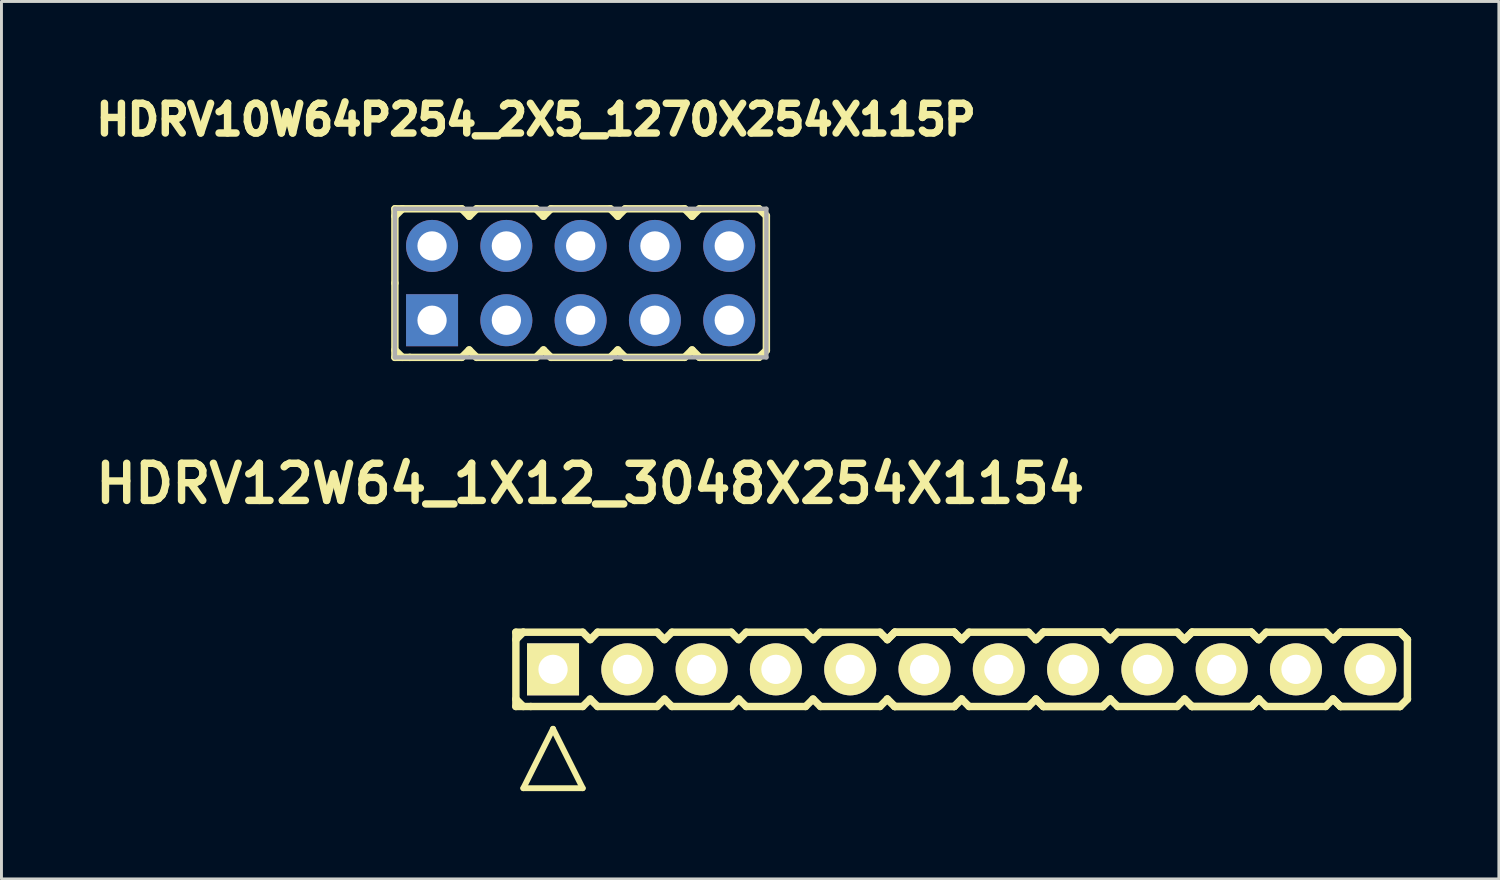
<source format=kicad_pcb>
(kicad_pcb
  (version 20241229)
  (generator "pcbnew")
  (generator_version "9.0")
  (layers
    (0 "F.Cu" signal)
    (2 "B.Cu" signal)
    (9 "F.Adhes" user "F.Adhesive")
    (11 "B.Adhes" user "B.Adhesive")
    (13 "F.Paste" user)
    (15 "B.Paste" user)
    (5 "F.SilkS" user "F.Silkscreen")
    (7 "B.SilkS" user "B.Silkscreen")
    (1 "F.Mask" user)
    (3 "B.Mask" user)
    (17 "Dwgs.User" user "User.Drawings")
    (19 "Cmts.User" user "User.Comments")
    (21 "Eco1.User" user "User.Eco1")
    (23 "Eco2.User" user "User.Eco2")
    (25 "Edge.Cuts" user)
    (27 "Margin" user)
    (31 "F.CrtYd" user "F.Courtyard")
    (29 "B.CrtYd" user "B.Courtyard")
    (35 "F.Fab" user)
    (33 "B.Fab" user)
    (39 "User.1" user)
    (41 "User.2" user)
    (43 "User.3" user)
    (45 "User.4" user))
  (footprint "HDRV10W64P254_2X5_1270X254X115P"
    (layer "F.Cu")
    (at 16.801 6.628)
    (property "Reference" "HDRV10W64P254_2X5_1270X254X115P" (at -1.524 -5.588 0) (layer "F.SilkS") (effects (font (size 1.016 1.016) (thickness 0.254))))
    (attr smd)
    (fp_line (start -6.35 -2.54) (end -6.35 0) (stroke (width 0.254) (type solid)) (layer "F.SilkS"))
    (fp_line (start -6.35 -2.54) (end -6.096 -2.54) (stroke (width 0.254) (type solid)) (layer "F.SilkS"))
    (fp_line (start -6.35 -2.286) (end -6.096 -2.54) (stroke (width 0.254) (type solid)) (layer "F.SilkS"))
    (fp_line (start -6.35 0) (end -6.35 2.54) (stroke (width 0.254) (type solid)) (layer "F.SilkS"))
    (fp_line (start -6.096 -2.54) (end -4.064 -2.54) (stroke (width 0.254) (type solid)) (layer "F.SilkS"))
    (fp_line (start -6.096 2.54) (end -6.35 2.286) (stroke (width 0.254) (type solid)) (layer "F.SilkS"))
    (fp_line (start -5.842 2.54) (end -6.35 2.54) (stroke (width 0.254) (type solid)) (layer "F.SilkS"))
    (fp_line (start -4.064 -2.54) (end -3.81 -2.286) (stroke (width 0.254) (type solid)) (layer "F.SilkS"))
    (fp_line (start -4.064 2.54) (end -5.842 2.54) (stroke (width 0.254) (type solid)) (layer "F.SilkS"))
    (fp_line (start -3.81 -2.286) (end -3.556 -2.54) (stroke (width 0.254) (type solid)) (layer "F.SilkS"))
    (fp_line (start -3.81 2.286) (end -4.064 2.54) (stroke (width 0.254) (type solid)) (layer "F.SilkS"))
    (fp_line (start -3.556 -2.54) (end -1.524 -2.54) (stroke (width 0.254) (type solid)) (layer "F.SilkS"))
    (fp_line (start -3.556 2.54) (end -3.81 2.286) (stroke (width 0.254) (type solid)) (layer "F.SilkS"))
    (fp_line (start -1.524 -2.54) (end -1.27 -2.286) (stroke (width 0.254) (type solid)) (layer "F.SilkS"))
    (fp_line (start -1.524 2.54) (end -3.556 2.54) (stroke (width 0.254) (type solid)) (layer "F.SilkS"))
    (fp_line (start -1.524 2.54) (end -1.27 2.286) (stroke (width 0.254) (type solid)) (layer "F.SilkS"))
    (fp_line (start -1.27 -2.286) (end -1.016 -2.54) (stroke (width 0.254) (type solid)) (layer "F.SilkS"))
    (fp_line (start -1.27 2.286) (end -1.016 2.54) (stroke (width 0.254) (type solid)) (layer "F.SilkS"))
    (fp_line (start -1.016 -2.54) (end 1.016 -2.54) (stroke (width 0.254) (type solid)) (layer "F.SilkS"))
    (fp_line (start 1.016 -2.54) (end 1.27 -2.286) (stroke (width 0.254) (type solid)) (layer "F.SilkS"))
    (fp_line (start 1.016 2.54) (end -1.016 2.54) (stroke (width 0.254) (type solid)) (layer "F.SilkS"))
    (fp_line (start 1.27 -2.286) (end 1.524 -2.54) (stroke (width 0.254) (type solid)) (layer "F.SilkS"))
    (fp_line (start 1.27 2.286) (end 1.016 2.54) (stroke (width 0.254) (type solid)) (layer "F.SilkS"))
    (fp_line (start 1.524 -2.54) (end 3.556 -2.54) (stroke (width 0.254) (type solid)) (layer "F.SilkS"))
    (fp_line (start 1.524 2.54) (end 1.27 2.286) (stroke (width 0.254) (type solid)) (layer "F.SilkS"))
    (fp_line (start 3.556 -2.54) (end 3.81 -2.286) (stroke (width 0.254) (type solid)) (layer "F.SilkS"))
    (fp_line (start 3.556 2.54) (end 1.524 2.54) (stroke (width 0.254) (type solid)) (layer "F.SilkS"))
    (fp_line (start 3.81 -2.286) (end 4.064 -2.54) (stroke (width 0.254) (type solid)) (layer "F.SilkS"))
    (fp_line (start 3.81 2.286) (end 3.556 2.54) (stroke (width 0.254) (type solid)) (layer "F.SilkS"))
    (fp_line (start 4.064 -2.54) (end 6.096 -2.54) (stroke (width 0.254) (type solid)) (layer "F.SilkS"))
    (fp_line (start 4.064 2.54) (end 3.81 2.286) (stroke (width 0.254) (type solid)) (layer "F.SilkS"))
    (fp_line (start 6.096 -2.54) (end 6.35 -2.3) (stroke (width 0.254) (type solid)) (layer "F.SilkS"))
    (fp_line (start 6.096 2.54) (end 4.064 2.54) (stroke (width 0.254) (type solid)) (layer "F.SilkS"))
    (fp_line (start 6.35 -2.3) (end 6.35 2.3) (stroke (width 0.254) (type solid)) (layer "F.SilkS"))
    (fp_line (start 6.35 2.3) (end 6.096 2.54) (stroke (width 0.254) (type solid)) (layer "F.SilkS"))
    (fp_line (start -6.35 -2.54) (end 6.35 -2.54) (stroke (width 0.15) (type solid)) (layer "F.Fab"))
    (fp_line (start -6.35 2.54) (end -6.35 -2.54) (stroke (width 0.15) (type solid)) (layer "F.Fab"))
    (fp_line (start 6.35 -2.54) (end 6.35 2.54) (stroke (width 0.15) (type solid)) (layer "F.Fab"))
    (fp_line (start 6.35 2.54) (end -6.35 2.54) (stroke (width 0.15) (type solid)) (layer "F.Fab"))
    (pad "1" thru_hole rect (at -5.08 1.27) (size 1.778 1.778) (drill 1) (layers "*.Cu" "*.Mask"))
    (pad "2" thru_hole circle (at -5.08 -1.27) (size 1.778 1.778) (drill 1) (layers "*.Cu" "*.Mask"))
    (pad "3" thru_hole circle (at -2.54 1.27) (size 1.778 1.778) (drill 1) (layers "*.Cu" "*.Mask"))
    (pad "4" thru_hole circle (at -2.54 -1.27) (size 1.778 1.778) (drill 1) (layers "*.Cu" "*.Mask"))
    (pad "5" thru_hole circle (at 0 1.27) (size 1.778 1.778) (drill 1) (layers "*.Cu" "*.Mask"))
    (pad "6" thru_hole circle (at 0 -1.27) (size 1.778 1.778) (drill 1) (layers "*.Cu" "*.Mask"))
    (pad "7" thru_hole circle (at 2.54 1.27) (size 1.778 1.778) (drill 1) (layers "*.Cu" "*.Mask"))
    (pad "8" thru_hole circle (at 2.54 -1.27) (size 1.778 1.778) (drill 1) (layers "*.Cu" "*.Mask"))
    (pad "9" thru_hole circle (at 5.08 1.27) (size 1.778 1.778) (drill 1) (layers "*.Cu" "*.Mask"))
    (pad "10" thru_hole circle (at 5.08 -1.27) (size 1.778 1.778) (drill 1) (layers "*.Cu" "*.Mask")))
  (footprint "HDRV12W64_1X12_3048X254X1154"
    (layer "F.Cu")
    (at 29.827 19.834)
    (property "Reference" "HDRV12W64_1X12_3048X254X1154" (at -12.7 -6.35 0) (layer "F.SilkS") (effects (font (size 1.27 1.27) (thickness 0.254))))
    (attr smd)
    (fp_line (start -15.24 -1.27) (end -15.24 1.27) (stroke (width 0.254) (type solid)) (layer "F.SilkS"))
    (fp_line (start -15.24 -1.27) (end -14.986 -1.27) (stroke (width 0.254) (type solid)) (layer "F.SilkS"))
    (fp_line (start -15.24 -1.016) (end -14.986 -1.27) (stroke (width 0.254) (type solid)) (layer "F.SilkS"))
    (fp_line (start -14.986 -1.27) (end -12.954 -1.27) (stroke (width 0.254) (type solid)) (layer "F.SilkS"))
    (fp_line (start -14.986 1.27) (end -15.24 1.016) (stroke (width 0.254) (type solid)) (layer "F.SilkS"))
    (fp_line (start -14.986 4.064) (end -12.954 4.064) (stroke (width 0.2) (type solid)) (layer "F.SilkS"))
    (fp_line (start -14.732 1.27) (end -15.24 1.27) (stroke (width 0.254) (type solid)) (layer "F.SilkS"))
    (fp_line (start -13.97 2.032) (end -14.986 4.064) (stroke (width 0.2) (type solid)) (layer "F.SilkS"))
    (fp_line (start -12.954 -1.27) (end -12.7 -1.016) (stroke (width 0.254) (type solid)) (layer "F.SilkS"))
    (fp_line (start -12.954 1.27) (end -14.732 1.27) (stroke (width 0.254) (type solid)) (layer "F.SilkS"))
    (fp_line (start -12.954 4.064) (end -13.97 2.032) (stroke (width 0.2) (type solid)) (layer "F.SilkS"))
    (fp_line (start -12.7 -1.016) (end -12.446 -1.27) (stroke (width 0.254) (type solid)) (layer "F.SilkS"))
    (fp_line (start -12.7 1.016) (end -12.954 1.27) (stroke (width 0.254) (type solid)) (layer "F.SilkS"))
    (fp_line (start -12.446 -1.27) (end -10.414 -1.27) (stroke (width 0.254) (type solid)) (layer "F.SilkS"))
    (fp_line (start -12.446 1.27) (end -12.7 1.016) (stroke (width 0.254) (type solid)) (layer "F.SilkS"))
    (fp_line (start -10.414 -1.27) (end -10.16 -1.016) (stroke (width 0.254) (type solid)) (layer "F.SilkS"))
    (fp_line (start -10.414 1.27) (end -12.446 1.27) (stroke (width 0.254) (type solid)) (layer "F.SilkS"))
    (fp_line (start -10.414 1.27) (end -10.16 1.016) (stroke (width 0.254) (type solid)) (layer "F.SilkS"))
    (fp_line (start -10.16 -1.016) (end -9.906 -1.27) (stroke (width 0.254) (type solid)) (layer "F.SilkS"))
    (fp_line (start -10.16 1.016) (end -9.906 1.27) (stroke (width 0.254) (type solid)) (layer "F.SilkS"))
    (fp_line (start -9.906 -1.27) (end -7.874 -1.27) (stroke (width 0.254) (type solid)) (layer "F.SilkS"))
    (fp_line (start -7.874 -1.27) (end -7.62 -1.016) (stroke (width 0.254) (type solid)) (layer "F.SilkS"))
    (fp_line (start -7.874 1.27) (end -9.906 1.27) (stroke (width 0.254) (type solid)) (layer "F.SilkS"))
    (fp_line (start -7.62 -1.016) (end -7.366 -1.27) (stroke (width 0.254) (type solid)) (layer "F.SilkS"))
    (fp_line (start -7.62 1.016) (end -7.874 1.27) (stroke (width 0.254) (type solid)) (layer "F.SilkS"))
    (fp_line (start -7.366 -1.27) (end -5.334 -1.27) (stroke (width 0.254) (type solid)) (layer "F.SilkS"))
    (fp_line (start -7.366 1.27) (end -7.62 1.016) (stroke (width 0.254) (type solid)) (layer "F.SilkS"))
    (fp_line (start -5.334 -1.27) (end -5.08 -1.016) (stroke (width 0.254) (type solid)) (layer "F.SilkS"))
    (fp_line (start -5.334 1.27) (end -7.366 1.27) (stroke (width 0.254) (type solid)) (layer "F.SilkS"))
    (fp_line (start -5.08 -1.016) (end -4.826 -1.27) (stroke (width 0.254) (type solid)) (layer "F.SilkS"))
    (fp_line (start -5.08 1.016) (end -5.334 1.27) (stroke (width 0.254) (type solid)) (layer "F.SilkS"))
    (fp_line (start -4.826 -1.27) (end -2.794 -1.27) (stroke (width 0.254) (type solid)) (layer "F.SilkS"))
    (fp_line (start -4.826 1.27) (end -5.08 1.016) (stroke (width 0.254) (type solid)) (layer "F.SilkS"))
    (fp_line (start -2.794 -1.27) (end -2.54 -1.016) (stroke (width 0.254) (type solid)) (layer "F.SilkS"))
    (fp_line (start -2.794 1.27) (end -4.826 1.27) (stroke (width 0.254) (type solid)) (layer "F.SilkS"))
    (fp_line (start -2.54 -1.016) (end -2.286 -1.27) (stroke (width 0.254) (type solid)) (layer "F.SilkS"))
    (fp_line (start -2.54 -1.016) (end -2.286 -1.27) (stroke (width 0.254) (type solid)) (layer "F.SilkS"))
    (fp_line (start -2.54 1.016) (end -2.794 1.27) (stroke (width 0.254) (type solid)) (layer "F.SilkS"))
    (fp_line (start -2.286 -1.27) (end -0.254 -1.27) (stroke (width 0.254) (type solid)) (layer "F.SilkS"))
    (fp_line (start -2.286 -1.27) (end -0.254 -1.27) (stroke (width 0.254) (type solid)) (layer "F.SilkS"))
    (fp_line (start -2.286 1.27) (end -2.54 1.016) (stroke (width 0.254) (type solid)) (layer "F.SilkS"))
    (fp_line (start -2.286 1.27) (end -2.54 1.016) (stroke (width 0.254) (type solid)) (layer "F.SilkS"))
    (fp_line (start -0.254 -1.27) (end 0 -1.016) (stroke (width 0.254) (type solid)) (layer "F.SilkS"))
    (fp_line (start -0.254 -1.27) (end 0 -1.016) (stroke (width 0.254) (type solid)) (layer "F.SilkS"))
    (fp_line (start -0.254 1.27) (end -2.286 1.27) (stroke (width 0.254) (type solid)) (layer "F.SilkS"))
    (fp_line (start -0.254 1.27) (end -2.286 1.27) (stroke (width 0.254) (type solid)) (layer "F.SilkS"))
    (fp_line (start 0 -1.016) (end 0.254 -1.27) (stroke (width 0.254) (type solid)) (layer "F.SilkS"))
    (fp_line (start 0 1.016) (end -0.254 1.27) (stroke (width 0.254) (type solid)) (layer "F.SilkS"))
    (fp_line (start 0 1.016) (end -0.254 1.27) (stroke (width 0.254) (type solid)) (layer "F.SilkS"))
    (fp_line (start 0.254 -1.27) (end 2.286 -1.27) (stroke (width 0.254) (type solid)) (layer "F.SilkS"))
    (fp_line (start 0.254 1.27) (end 0 1.016) (stroke (width 0.254) (type solid)) (layer "F.SilkS"))
    (fp_line (start 2.286 -1.27) (end 2.54 -1.016) (stroke (width 0.254) (type solid)) (layer "F.SilkS"))
    (fp_line (start 2.286 1.27) (end 0.254 1.27) (stroke (width 0.254) (type solid)) (layer "F.SilkS"))
    (fp_line (start 2.54 -1.016) (end 2.794 -1.27) (stroke (width 0.254) (type solid)) (layer "F.SilkS"))
    (fp_line (start 2.54 -1.016) (end 2.794 -1.27) (stroke (width 0.254) (type solid)) (layer "F.SilkS"))
    (fp_line (start 2.54 1.016) (end 2.286 1.27) (stroke (width 0.254) (type solid)) (layer "F.SilkS"))
    (fp_line (start 2.794 -1.27) (end 4.826 -1.27) (stroke (width 0.254) (type solid)) (layer "F.SilkS"))
    (fp_line (start 2.794 -1.27) (end 4.826 -1.27) (stroke (width 0.254) (type solid)) (layer "F.SilkS"))
    (fp_line (start 2.794 1.27) (end 2.54 1.016) (stroke (width 0.254) (type solid)) (layer "F.SilkS"))
    (fp_line (start 2.794 1.27) (end 2.54 1.016) (stroke (width 0.254) (type solid)) (layer "F.SilkS"))
    (fp_line (start 4.826 -1.27) (end 5.08 -1.016) (stroke (width 0.254) (type solid)) (layer "F.SilkS"))
    (fp_line (start 4.826 -1.27) (end 5.08 -1.016) (stroke (width 0.254) (type solid)) (layer "F.SilkS"))
    (fp_line (start 4.826 1.27) (end 2.794 1.27) (stroke (width 0.254) (type solid)) (layer "F.SilkS"))
    (fp_line (start 4.826 1.27) (end 2.794 1.27) (stroke (width 0.254) (type solid)) (layer "F.SilkS"))
    (fp_line (start 5.08 -1.016) (end 5.334 -1.27) (stroke (width 0.254) (type solid)) (layer "F.SilkS"))
    (fp_line (start 5.08 1.016) (end 4.826 1.27) (stroke (width 0.254) (type solid)) (layer "F.SilkS"))
    (fp_line (start 5.08 1.016) (end 4.826 1.27) (stroke (width 0.254) (type solid)) (layer "F.SilkS"))
    (fp_line (start 5.334 -1.27) (end 7.366 -1.27) (stroke (width 0.254) (type solid)) (layer "F.SilkS"))
    (fp_line (start 5.334 1.27) (end 5.08 1.016) (stroke (width 0.254) (type solid)) (layer "F.SilkS"))
    (fp_line (start 7.366 -1.27) (end 7.62 -1.016) (stroke (width 0.254) (type solid)) (layer "F.SilkS"))
    (fp_line (start 7.366 1.27) (end 5.334 1.27) (stroke (width 0.254) (type solid)) (layer "F.SilkS"))
    (fp_line (start 7.62 -1.016) (end 7.874 -1.27) (stroke (width 0.254) (type solid)) (layer "F.SilkS"))
    (fp_line (start 7.62 -1.016) (end 7.874 -1.27) (stroke (width 0.254) (type solid)) (layer "F.SilkS"))
    (fp_line (start 7.62 1.016) (end 7.366 1.27) (stroke (width 0.254) (type solid)) (layer "F.SilkS"))
    (fp_line (start 7.874 -1.27) (end 9.906 -1.27) (stroke (width 0.254) (type solid)) (layer "F.SilkS"))
    (fp_line (start 7.874 -1.27) (end 9.906 -1.27) (stroke (width 0.254) (type solid)) (layer "F.SilkS"))
    (fp_line (start 7.874 1.27) (end 7.62 1.016) (stroke (width 0.254) (type solid)) (layer "F.SilkS"))
    (fp_line (start 7.874 1.27) (end 7.62 1.016) (stroke (width 0.254) (type solid)) (layer "F.SilkS"))
    (fp_line (start 9.906 -1.27) (end 10.16 -1.016) (stroke (width 0.254) (type solid)) (layer "F.SilkS"))
    (fp_line (start 9.906 -1.27) (end 10.16 -1.016) (stroke (width 0.254) (type solid)) (layer "F.SilkS"))
    (fp_line (start 9.906 1.27) (end 7.874 1.27) (stroke (width 0.254) (type solid)) (layer "F.SilkS"))
    (fp_line (start 9.906 1.27) (end 7.874 1.27) (stroke (width 0.254) (type solid)) (layer "F.SilkS"))
    (fp_line (start 10.16 -1.016) (end 10.414 -1.27) (stroke (width 0.254) (type solid)) (layer "F.SilkS"))
    (fp_line (start 10.16 1.016) (end 9.906 1.27) (stroke (width 0.254) (type solid)) (layer "F.SilkS"))
    (fp_line (start 10.16 1.016) (end 9.906 1.27) (stroke (width 0.254) (type solid)) (layer "F.SilkS"))
    (fp_line (start 10.414 -1.27) (end 12.446 -1.27) (stroke (width 0.254) (type solid)) (layer "F.SilkS"))
    (fp_line (start 10.414 1.27) (end 10.16 1.016) (stroke (width 0.254) (type solid)) (layer "F.SilkS"))
    (fp_line (start 12.446 -1.27) (end 12.7 -1.016) (stroke (width 0.254) (type solid)) (layer "F.SilkS"))
    (fp_line (start 12.446 1.27) (end 10.414 1.27) (stroke (width 0.254) (type solid)) (layer "F.SilkS"))
    (fp_line (start 12.7 -1.016) (end 12.954 -1.27) (stroke (width 0.254) (type solid)) (layer "F.SilkS"))
    (fp_line (start 12.7 -1.016) (end 12.954 -1.27) (stroke (width 0.254) (type solid)) (layer "F.SilkS"))
    (fp_line (start 12.7 1.016) (end 12.446 1.27) (stroke (width 0.254) (type solid)) (layer "F.SilkS"))
    (fp_line (start 12.954 -1.27) (end 14.986 -1.27) (stroke (width 0.254) (type solid)) (layer "F.SilkS"))
    (fp_line (start 12.954 -1.27) (end 14.986 -1.27) (stroke (width 0.254) (type solid)) (layer "F.SilkS"))
    (fp_line (start 12.954 1.27) (end 12.7 1.016) (stroke (width 0.254) (type solid)) (layer "F.SilkS"))
    (fp_line (start 12.954 1.27) (end 12.7 1.016) (stroke (width 0.254) (type solid)) (layer "F.SilkS"))
    (fp_line (start 14.986 -1.27) (end 15.24 -1.016) (stroke (width 0.254) (type solid)) (layer "F.SilkS"))
    (fp_line (start 14.986 -1.27) (end 15.24 -1.016) (stroke (width 0.254) (type solid)) (layer "F.SilkS"))
    (fp_line (start 14.986 1.27) (end 12.954 1.27) (stroke (width 0.254) (type solid)) (layer "F.SilkS"))
    (fp_line (start 14.986 1.27) (end 12.954 1.27) (stroke (width 0.254) (type solid)) (layer "F.SilkS"))
    (fp_line (start 15.24 -1.016) (end 15.24 1.016) (stroke (width 0.254) (type solid)) (layer "F.SilkS"))
    (fp_line (start 15.24 1.016) (end 14.986 1.27) (stroke (width 0.254) (type solid)) (layer "F.SilkS"))
    (fp_line (start 15.24 1.016) (end 14.986 1.27) (stroke (width 0.254) (type solid)) (layer "F.SilkS"))
    (pad "1" thru_hole rect (at -13.97 0) (size 1.778 1.778) (drill 1) (layers "*.Cu" "*.Mask" "F.SilkS" "B.Adhes"))
    (pad "2" thru_hole circle (at -11.43 0) (size 1.778 1.778) (drill 1) (layers "*.Cu" "*.Mask" "F.SilkS" "B.Adhes"))
    (pad "3" thru_hole circle (at -8.89 0) (size 1.778 1.778) (drill 1) (layers "*.Cu" "*.Mask" "F.SilkS" "B.Adhes"))
    (pad "4" thru_hole circle (at -6.35 0) (size 1.778 1.778) (drill 1) (layers "*.Cu" "*.Mask" "F.SilkS" "B.Adhes"))
    (pad "5" thru_hole circle (at -3.81 0) (size 1.778 1.778) (drill 1) (layers "*.Cu" "*.Mask" "F.SilkS" "B.Adhes"))
    (pad "6" thru_hole circle (at -1.27 0) (size 1.778 1.778) (drill 1) (layers "*.Cu" "*.Mask" "F.SilkS" "B.Adhes"))
    (pad "7" thru_hole circle (at 1.27 0) (size 1.778 1.778) (drill 1) (layers "*.Cu" "*.Mask" "F.SilkS" "B.Adhes"))
    (pad "8" thru_hole circle (at 3.81 0) (size 1.778 1.778) (drill 1) (layers "*.Cu" "*.Mask" "F.SilkS" "B.Adhes"))
    (pad "9" thru_hole circle (at 6.35 0) (size 1.778 1.778) (drill 1) (layers "*.Cu" "*.Mask" "F.SilkS" "B.Adhes"))
    (pad "10" thru_hole circle (at 8.89 0) (size 1.778 1.778) (drill 1) (layers "*.Cu" "*.Mask" "F.SilkS" "B.Adhes"))
    (pad "11" thru_hole circle (at 11.43 0) (size 1.778 1.778) (drill 1) (layers "*.Cu" "*.Mask" "F.SilkS" "B.Adhes"))
    (pad "12" thru_hole circle (at 13.97 0) (size 1.778 1.778) (drill 1) (layers "*.Cu" "*.Mask" "F.SilkS" "B.Adhes")))
  (gr_rect
    (start -3 -3)
    (end 48.194 26.998)
    (stroke (width 0.1) (type default))
    (fill no)
    (layer "Edge.Cuts")))
</source>
